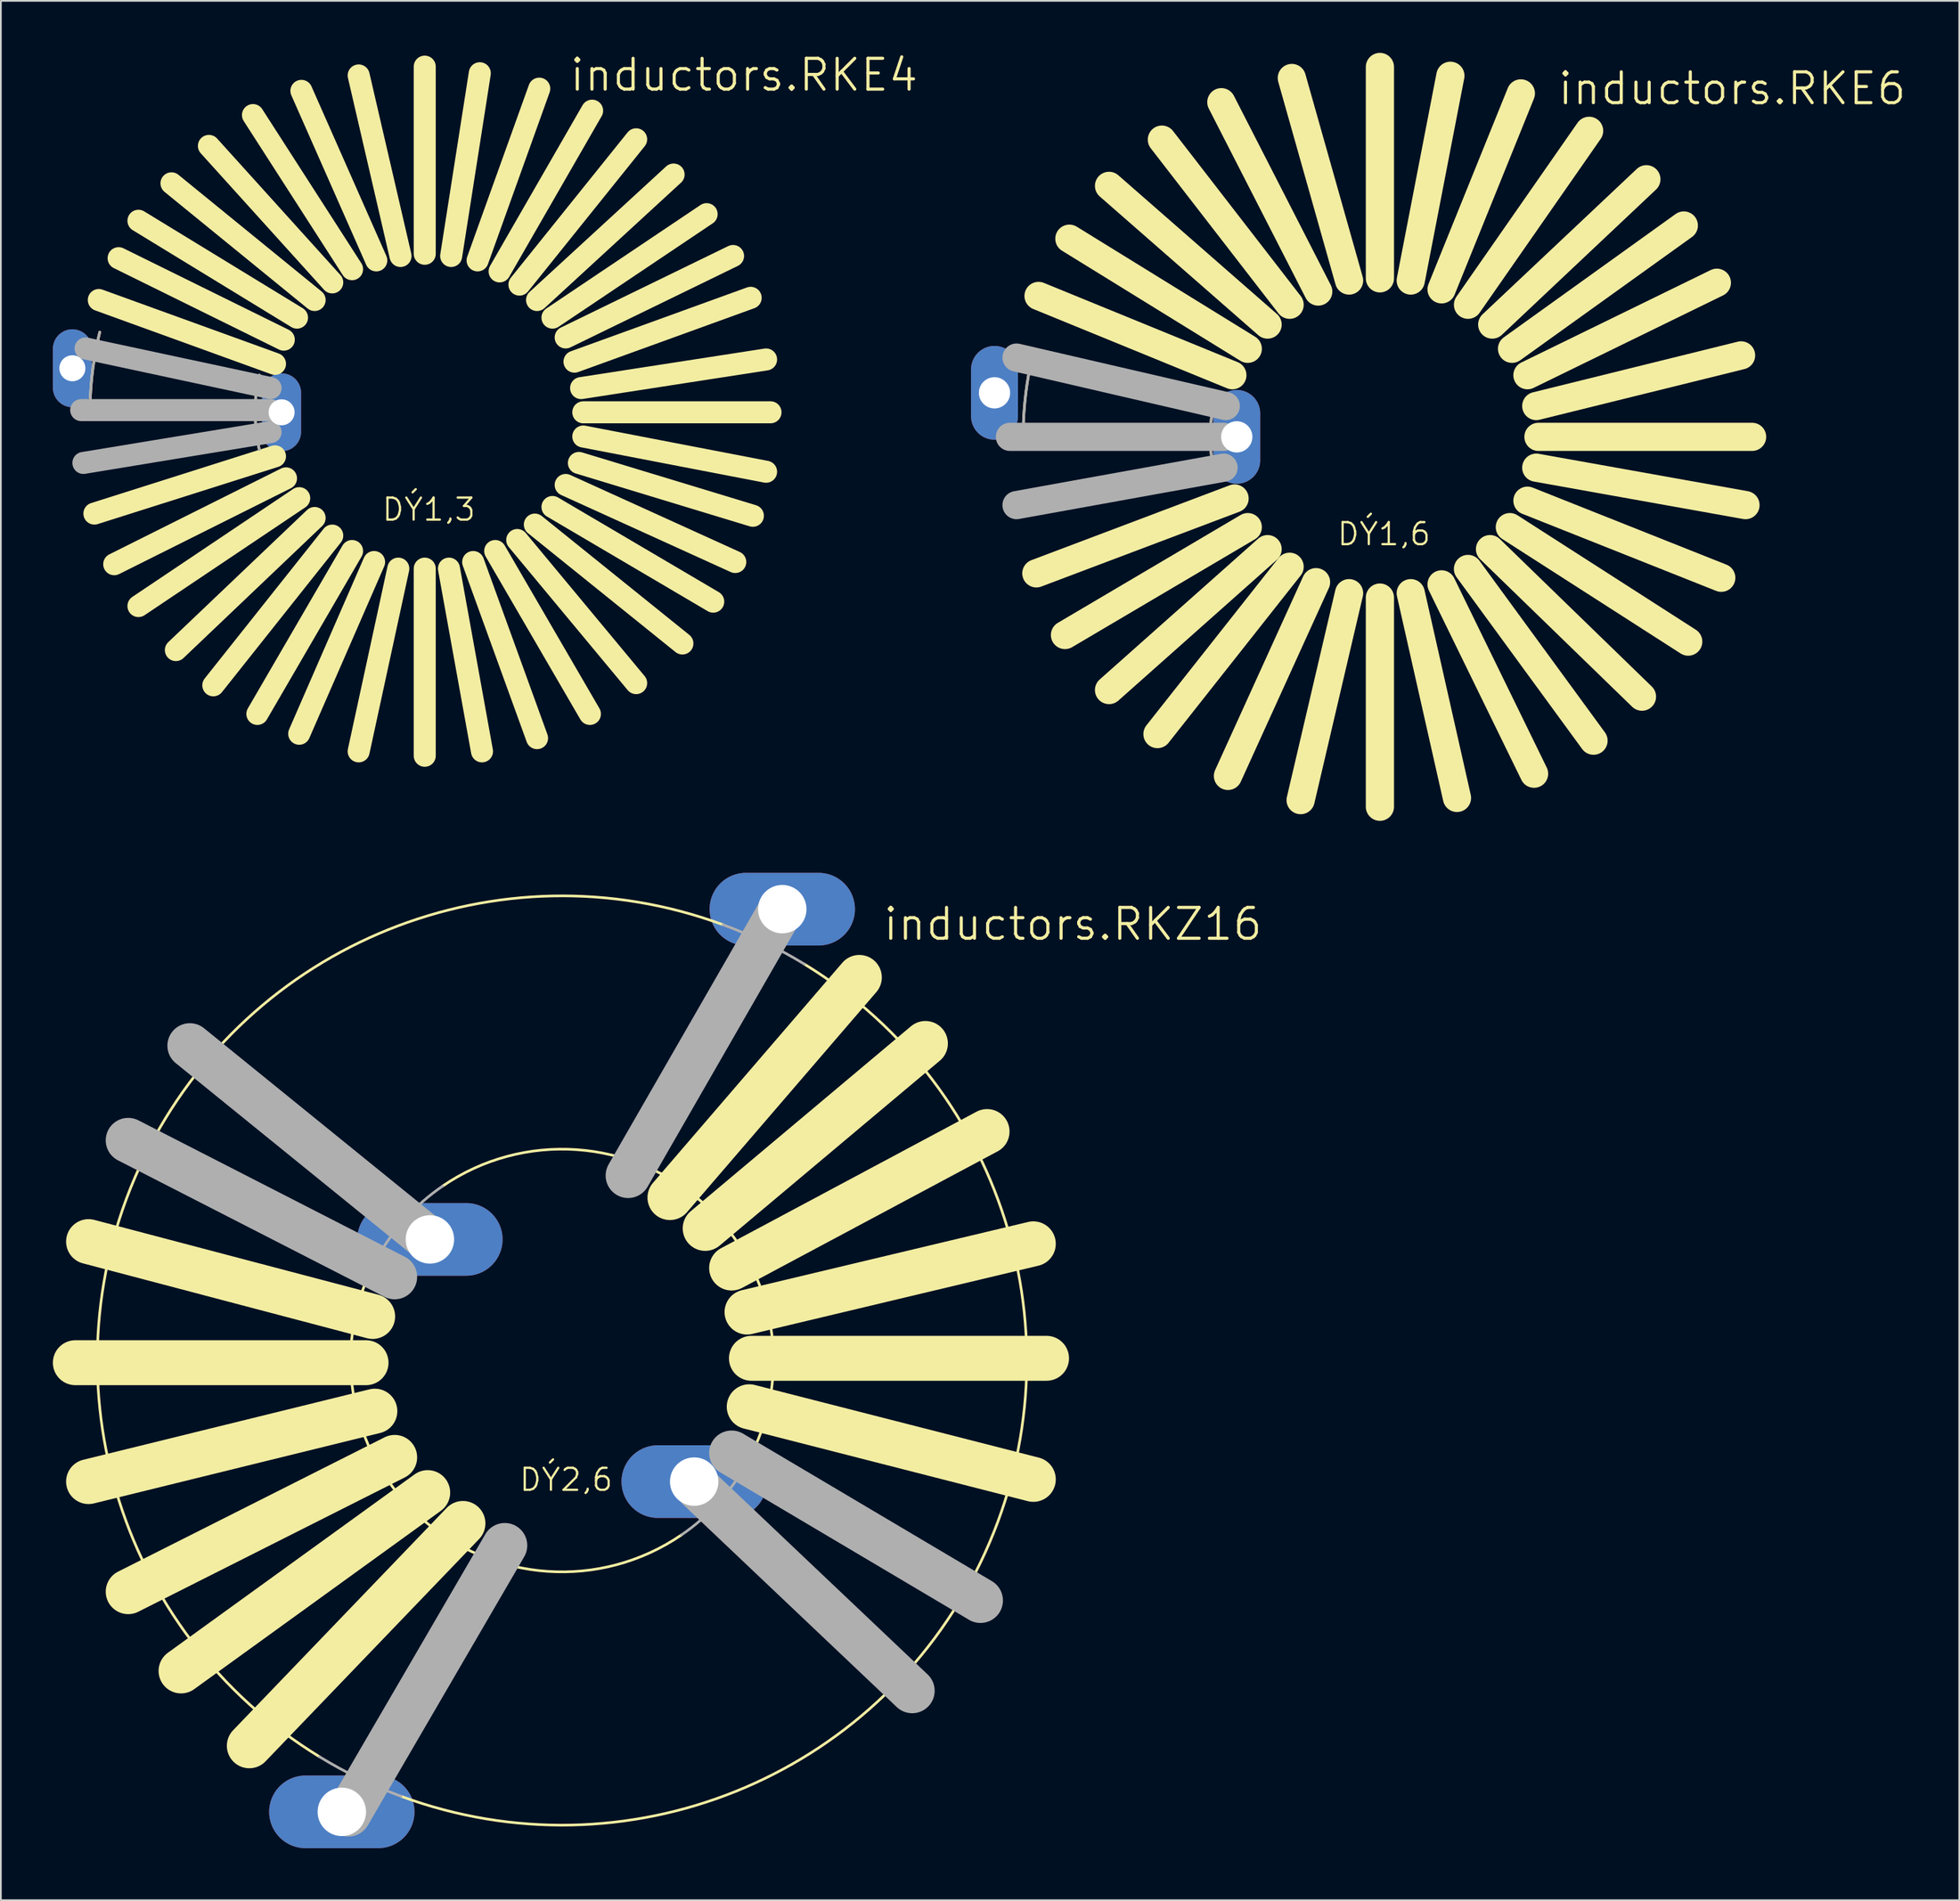
<source format=kicad_pcb>
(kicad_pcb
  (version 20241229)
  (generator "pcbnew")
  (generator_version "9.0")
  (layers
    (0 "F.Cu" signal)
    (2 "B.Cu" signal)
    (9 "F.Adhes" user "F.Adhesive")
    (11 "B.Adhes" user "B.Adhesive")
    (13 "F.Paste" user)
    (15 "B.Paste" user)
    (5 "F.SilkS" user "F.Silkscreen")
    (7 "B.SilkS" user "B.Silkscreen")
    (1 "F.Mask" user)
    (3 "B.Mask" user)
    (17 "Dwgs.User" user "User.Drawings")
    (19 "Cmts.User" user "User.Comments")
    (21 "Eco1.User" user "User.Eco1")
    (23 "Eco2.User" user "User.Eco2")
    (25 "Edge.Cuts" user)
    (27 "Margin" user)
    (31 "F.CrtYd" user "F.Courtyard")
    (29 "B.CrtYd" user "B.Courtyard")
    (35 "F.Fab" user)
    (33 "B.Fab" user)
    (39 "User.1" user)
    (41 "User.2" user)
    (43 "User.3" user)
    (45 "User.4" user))
  (footprint "inductors.RKE4"
    (layer "F.Cu")
    (at 21.444 20.733)
    (property "Reference" "inductors.RKE4" (at 8.255 -18.415 0) (layer "F.SilkS") (effects (font (size 1.778 1.778) (thickness 0.18)) (justify left bottom)))
    (attr through_hole)
    (fp_line (start -8.636 -2.794) (end -18.796 -6.477) (stroke (width 1.27) (type default)) (layer "F.SilkS"))
    (fp_line (start -8.636 2.54) (end -19.05 5.842) (stroke (width 1.27) (type default)) (layer "F.SilkS"))
    (fp_line (start -8.128 -4.191) (end -17.653 -8.89) (stroke (width 1.27) (type default)) (layer "F.SilkS"))
    (fp_line (start -8.001 3.81) (end -17.907 8.763) (stroke (width 1.27) (type default)) (layer "F.SilkS"))
    (fp_line (start -7.366 -5.461) (end -16.51 -11.049) (stroke (width 1.27) (type default)) (layer "F.SilkS"))
    (fp_line (start -7.239 4.953) (end -16.51 11.176) (stroke (width 1.27) (type default)) (layer "F.SilkS"))
    (fp_line (start -6.35 -6.477) (end -14.605 -13.208) (stroke (width 1.27) (type default)) (layer "F.SilkS"))
    (fp_line (start -6.35 6.096) (end -14.351 13.716) (stroke (width 1.27) (type default)) (layer "F.SilkS"))
    (fp_line (start -5.334 -7.493) (end -12.446 -15.367) (stroke (width 1.27) (type default)) (layer "F.SilkS"))
    (fp_line (start -5.334 7.112) (end -12.192 15.748) (stroke (width 1.27) (type default)) (layer "F.SilkS"))
    (fp_line (start -4.191 -8.255) (end -9.906 -17.145) (stroke (width 1.27) (type default)) (layer "F.SilkS"))
    (fp_line (start -4.191 8.001) (end -9.652 17.399) (stroke (width 1.27) (type default)) (layer "F.SilkS"))
    (fp_line (start -2.921 8.636) (end -7.239 18.542) (stroke (width 1.27) (type default)) (layer "F.SilkS"))
    (fp_line (start -2.794 -8.763) (end -7.112 -18.542) (stroke (width 1.27) (type default)) (layer "F.SilkS"))
    (fp_line (start -1.524 9.017) (end -3.81 19.558) (stroke (width 1.27) (type default)) (layer "F.SilkS"))
    (fp_line (start -1.397 -9.017) (end -3.81 -19.431) (stroke (width 1.27) (type default)) (layer "F.SilkS"))
    (fp_line (start 0 -9.144) (end 0 -19.939) (stroke (width 1.27) (type default)) (layer "F.SilkS"))
    (fp_line (start 0 9.017) (end 0 19.812) (stroke (width 1.27) (type default)) (layer "F.SilkS"))
    (fp_line (start 1.397 9.017) (end 3.302 19.558) (stroke (width 1.27) (type default)) (layer "F.SilkS"))
    (fp_line (start 1.524 -9.017) (end 3.175 -19.558) (stroke (width 1.27) (type default)) (layer "F.SilkS"))
    (fp_line (start 2.794 8.636) (end 6.477 18.796) (stroke (width 1.27) (type default)) (layer "F.SilkS"))
    (fp_line (start 3.048 -8.763) (end 6.604 -18.669) (stroke (width 1.27) (type default)) (layer "F.SilkS"))
    (fp_line (start 4.064 8.001) (end 9.525 17.399) (stroke (width 1.27) (type default)) (layer "F.SilkS"))
    (fp_line (start 4.318 -8.128) (end 9.652 -17.399) (stroke (width 1.27) (type default)) (layer "F.SilkS"))
    (fp_line (start 5.334 7.366) (end 12.192 15.621) (stroke (width 1.27) (type default)) (layer "F.SilkS"))
    (fp_line (start 5.461 -7.366) (end 12.192 -15.748) (stroke (width 1.27) (type default)) (layer "F.SilkS"))
    (fp_line (start 6.35 6.477) (end 14.859 13.335) (stroke (width 1.27) (type default)) (layer "F.SilkS"))
    (fp_line (start 6.477 -6.477) (end 14.351 -13.716) (stroke (width 1.27) (type default)) (layer "F.SilkS"))
    (fp_line (start 7.366 -5.461) (end 16.256 -11.43) (stroke (width 1.27) (type default)) (layer "F.SilkS"))
    (fp_line (start 7.366 5.461) (end 16.637 10.922) (stroke (width 1.27) (type default)) (layer "F.SilkS"))
    (fp_line (start 8.128 -4.318) (end 17.78 -9.017) (stroke (width 1.27) (type default)) (layer "F.SilkS"))
    (fp_line (start 8.128 4.191) (end 17.907 8.636) (stroke (width 1.27) (type default)) (layer "F.SilkS"))
    (fp_line (start 8.636 -2.921) (end 18.796 -6.604) (stroke (width 1.27) (type default)) (layer "F.SilkS"))
    (fp_line (start 8.89 2.921) (end 18.923 5.969) (stroke (width 1.27) (type default)) (layer "F.SilkS"))
    (fp_line (start 9.017 -1.397) (end 19.685 -3.048) (stroke (width 1.27) (type default)) (layer "F.SilkS"))
    (fp_line (start 9.144 0) (end 19.939 0) (stroke (width 1.27) (type default)) (layer "F.SilkS"))
    (fp_line (start 9.144 1.397) (end 19.685 3.429) (stroke (width 1.27) (type default)) (layer "F.SilkS"))
    (fp_arc (start -19.3002 -0.381) (mid -19.139022 -2.518271) (end -18.7419 -4.6245) (stroke (width 0.1524) (type default)) (layer "F.SilkS"))
    (fp_arc (start -9.5407 2.1458) (mid -9.779029 0) (end -9.5407 -2.1458) (stroke (width 0.1524) (type default)) (layer "F.SilkS"))
    (fp_line (start -8.89 -1.397) (end -19.558 -3.683) (stroke (width 1.27) (type default)) (layer "F.Fab"))
    (fp_line (start -8.89 -0.127) (end -19.812 -0.127) (stroke (width 1.27) (type default)) (layer "F.Fab"))
    (fp_line (start -8.89 1.143) (end -19.685 2.921) (stroke (width 1.27) (type default)) (layer "F.Fab"))
    (fp_arc (start -19.3003 -0.381) (mid -19.139072 -2.518274) (end -18.7419 -4.6245) (stroke (width 0.1524) (type default)) (layer "F.Fab"))
    (fp_arc (start -9.5407 2.1458) (mid -9.779029 0) (end -9.5407 -2.1458) (stroke (width 0.1524) (type default)) (layer "F.Fab"))
    (fp_text user "DÝ1,3" (at -2.54 6.35 0) (layer "F.SilkS") (effects (font (size 1.27 1.27) (thickness 0.13)) (justify left bottom)))
    (pad "1" thru_hole oval (at -20.32 -2.54 90) (size 4.496 2.248) (drill 1.499) (layers "*.Cu" "*.Mask"))
    (pad "2" thru_hole oval (at -8.255 0 90) (size 4.496 2.248) (drill 1.499) (layers "*.Cu" "*.Mask")))
  (footprint "inductors.RKZ16"
    (layer "F.Cu")
    (at 29.362 75.428)
    (property "Reference" "inductors.RKZ16" (at 18.415 -24.13 0) (layer "F.SilkS") (effects (font (size 1.778 1.778) (thickness 0.18)) (justify left bottom)))
    (attr through_hole)
    (fp_line (start -11.303 0.127) (end -28.067 0.127) (stroke (width 2.591) (type default)) (layer "F.SilkS"))
    (fp_line (start -10.922 -2.54) (end -27.305 -6.858) (stroke (width 2.591) (type default)) (layer "F.SilkS"))
    (fp_line (start -10.795 2.921) (end -27.305 6.985) (stroke (width 2.591) (type default)) (layer "F.SilkS"))
    (fp_line (start -9.652 5.588) (end -25.019 13.335) (stroke (width 2.591) (type default)) (layer "F.SilkS"))
    (fp_line (start -7.747 7.62) (end -21.971 17.907) (stroke (width 2.591) (type default)) (layer "F.SilkS"))
    (fp_line (start -5.715 9.398) (end -18.034 22.225) (stroke (width 2.591) (type default)) (layer "F.SilkS"))
    (fp_line (start 17.145 -22.098) (end 6.223 -9.398) (stroke (width 2.591) (type default)) (layer "F.SilkS"))
    (fp_line (start 20.955 -18.288) (end 8.255 -7.62) (stroke (width 2.591) (type default)) (layer "F.SilkS"))
    (fp_line (start 24.511 -13.208) (end 9.779 -5.334) (stroke (width 2.591) (type default)) (layer "F.SilkS"))
    (fp_line (start 27.178 -6.731) (end 10.668 -2.794) (stroke (width 2.591) (type default)) (layer "F.SilkS"))
    (fp_line (start 27.178 6.858) (end 10.795 2.667) (stroke (width 2.591) (type default)) (layer "F.SilkS"))
    (fp_line (start 27.94 -0.127) (end 10.922 -0.127) (stroke (width 2.591) (type default)) (layer "F.SilkS"))
    (fp_arc (start -13.9824 22.8598) (mid -24.113757 -11.687794) (end 9.2819 -25.1381) (stroke (width 0.1524) (type default)) (layer "F.SilkS"))
    (fp_arc (start -6.8922 -10.057) (mid 8.214406 -9.00938) (end 10.6491 5.9365) (stroke (width 0.1524) (type default)) (layer "F.SilkS"))
    (fp_arc (start 6.8922 10.057) (mid -8.214406 9.00938) (end -10.6491 -5.9365) (stroke (width 0.1524) (type default)) (layer "F.SilkS"))
    (fp_arc (start 13.9824 -22.8598) (mid 24.113757 11.687794) (end -9.2819 25.1381) (stroke (width 0.1524) (type default)) (layer "F.SilkS"))
    (fp_line (start -25.019 -12.7) (end -9.652 -4.826) (stroke (width 2.591) (type default)) (layer "F.Fab"))
    (fp_line (start -21.463 -18.161) (end -8.001 -7.239) (stroke (width 2.591) (type default)) (layer "F.Fab"))
    (fp_line (start -3.302 10.668) (end -12.319 26.162) (stroke (width 2.591) (type default)) (layer "F.Fab"))
    (fp_line (start 7.874 7.366) (end 20.193 19.05) (stroke (width 2.591) (type default)) (layer "F.Fab"))
    (fp_line (start 12.573 -25.908) (end 3.81 -10.668) (stroke (width 2.591) (type default)) (layer "F.Fab"))
    (fp_line (start 24.13 13.843) (end 9.779 5.334) (stroke (width 2.591) (type default)) (layer "F.Fab"))
    (fp_arc (start -10.6491 -5.9365) (mid -9.00938 -8.214414) (end -6.8922 -10.057) (stroke (width 0.1524) (type default)) (layer "F.Fab"))
    (fp_arc (start -9.2819 25.1381) (mid -11.687796 24.113757) (end -13.9824 22.8598) (stroke (width 0.1524) (type default)) (layer "F.Fab"))
    (fp_arc (start 9.2819 -25.1381) (mid 11.687796 -24.113757) (end 13.9824 -22.8598) (stroke (width 0.1524) (type default)) (layer "F.Fab"))
    (fp_arc (start 10.6491 5.9365) (mid 9.00938 8.214414) (end 6.8922 10.057) (stroke (width 0.1524) (type default)) (layer "F.Fab"))
    (fp_text user "DÝ2,6" (at -2.54 7.62 0) (layer "F.SilkS") (effects (font (size 1.27 1.27) (thickness 0.13)) (justify left bottom)))
    (pad "A1" thru_hole oval (at 12.7 -26.035) (size 8.382 4.191) (drill 2.794) (layers "*.Cu" "*.Mask"))
    (pad "A2" thru_hole oval (at -12.7 26.035) (size 8.382 4.191) (drill 2.794) (layers "*.Cu" "*.Mask"))
    (pad "E1" thru_hole oval (at 7.62 6.985) (size 8.382 4.191) (drill 2.794) (layers "*.Cu" "*.Mask"))
    (pad "E2" thru_hole oval (at -7.62 -6.985) (size 8.382 4.191) (drill 2.794) (layers "*.Cu" "*.Mask")))
  (footprint "inductors.RKE6"
    (layer "F.Cu")
    (at 76.527 22.149)
    (property "Reference" "inductors.RKE6" (at 10.16 -19.05 0) (layer "F.SilkS") (effects (font (size 1.778 1.778) (thickness 0.18)) (justify left bottom)))
    (attr through_hole)
    (fp_line (start -8.509 -3.556) (end -19.685 -8.128) (stroke (width 1.626) (type default)) (layer "F.SilkS"))
    (fp_line (start -8.382 3.556) (end -19.812 7.874) (stroke (width 1.626) (type default)) (layer "F.SilkS"))
    (fp_line (start -7.62 -5.08) (end -17.907 -11.43) (stroke (width 1.626) (type default)) (layer "F.SilkS"))
    (fp_line (start -7.62 5.207) (end -18.161 11.43) (stroke (width 1.626) (type default)) (layer "F.SilkS"))
    (fp_line (start -6.477 -6.477) (end -15.621 -14.478) (stroke (width 1.626) (type default)) (layer "F.SilkS"))
    (fp_line (start -6.477 6.477) (end -15.621 14.605) (stroke (width 1.626) (type default)) (layer "F.SilkS"))
    (fp_line (start -5.207 -7.62) (end -12.573 -17.145) (stroke (width 1.626) (type default)) (layer "F.SilkS"))
    (fp_line (start -5.207 7.493) (end -12.827 17.145) (stroke (width 1.626) (type default)) (layer "F.SilkS"))
    (fp_line (start -3.683 8.382) (end -8.763 19.558) (stroke (width 1.626) (type default)) (layer "F.SilkS"))
    (fp_line (start -3.556 -8.382) (end -9.144 -19.304) (stroke (width 1.626) (type default)) (layer "F.SilkS"))
    (fp_line (start -1.778 -9.017) (end -5.08 -20.701) (stroke (width 1.626) (type default)) (layer "F.SilkS"))
    (fp_line (start -1.778 9.017) (end -4.572 20.955) (stroke (width 1.626) (type default)) (layer "F.SilkS"))
    (fp_line (start 0 -9.144) (end 0 -21.336) (stroke (width 1.626) (type default)) (layer "F.SilkS"))
    (fp_line (start 0 9.271) (end 0 21.336) (stroke (width 1.626) (type default)) (layer "F.SilkS"))
    (fp_line (start 1.778 -9.017) (end 4.064 -20.828) (stroke (width 1.626) (type default)) (layer "F.SilkS"))
    (fp_line (start 1.778 9.017) (end 4.445 20.828) (stroke (width 1.626) (type default)) (layer "F.SilkS"))
    (fp_line (start 3.556 -8.509) (end 8.128 -19.812) (stroke (width 1.626) (type default)) (layer "F.SilkS"))
    (fp_line (start 3.556 8.509) (end 8.89 19.431) (stroke (width 1.626) (type default)) (layer "F.SilkS"))
    (fp_line (start 5.08 -7.62) (end 12.065 -17.653) (stroke (width 1.626) (type default)) (layer "F.SilkS"))
    (fp_line (start 5.08 7.62) (end 12.319 17.526) (stroke (width 1.626) (type default)) (layer "F.SilkS"))
    (fp_line (start 6.35 6.477) (end 15.113 14.986) (stroke (width 1.626) (type default)) (layer "F.SilkS"))
    (fp_line (start 6.477 -6.477) (end 15.367 -14.859) (stroke (width 1.626) (type default)) (layer "F.SilkS"))
    (fp_line (start 7.493 5.207) (end 17.78 11.811) (stroke (width 1.626) (type default)) (layer "F.SilkS"))
    (fp_line (start 7.62 -5.08) (end 17.526 -12.192) (stroke (width 1.626) (type default)) (layer "F.SilkS"))
    (fp_line (start 8.509 -3.556) (end 19.431 -8.89) (stroke (width 1.626) (type default)) (layer "F.SilkS"))
    (fp_line (start 8.509 3.683) (end 19.685 8.128) (stroke (width 1.626) (type default)) (layer "F.SilkS"))
    (fp_line (start 9.017 -1.778) (end 20.828 -4.699) (stroke (width 1.626) (type default)) (layer "F.SilkS"))
    (fp_line (start 9.017 1.778) (end 21.082 3.937) (stroke (width 1.626) (type default)) (layer "F.SilkS"))
    (fp_line (start 9.144 0) (end 21.463 0) (stroke (width 1.626) (type default)) (layer "F.SilkS"))
    (fp_arc (start -20.5705 -0.381) (mid -20.418996 -2.520854) (end -20.0455 -4.6333) (stroke (width 0.1524) (type default)) (layer "F.SilkS"))
    (fp_arc (start -9.5407 2.1458) (mid -9.779029 0) (end -9.5407 -2.1458) (stroke (width 0.1524) (type default)) (layer "F.SilkS"))
    (fp_line (start -9.017 0) (end -21.336 0) (stroke (width 1.626) (type default)) (layer "F.Fab"))
    (fp_line (start -9.017 1.778) (end -20.955 3.937) (stroke (width 1.626) (type default)) (layer "F.Fab"))
    (fp_line (start -8.89 -1.778) (end -20.955 -4.572) (stroke (width 1.626) (type default)) (layer "F.Fab"))
    (fp_arc (start -20.5705 -0.381) (mid -20.418996 -2.520854) (end -20.0455 -4.6333) (stroke (width 0.1524) (type default)) (layer "F.Fab"))
    (fp_arc (start -9.5407 2.1458) (mid -9.779029 0) (end -9.5407 -2.1458) (stroke (width 0.1524) (type default)) (layer "F.Fab"))
    (fp_text user "DÝ1,6" (at -2.54 6.35 0) (layer "F.SilkS") (effects (font (size 1.27 1.27) (thickness 0.13)) (justify left bottom)))
    (pad "1" thru_hole oval (at -22.225 -2.54 90) (size 5.41 2.705) (drill 1.803) (layers "*.Cu" "*.Mask"))
    (pad "2" thru_hole oval (at -8.255 0 90) (size 5.41 2.705) (drill 1.803) (layers "*.Cu" "*.Mask")))
  (gr_rect
    (start -3 -3)
    (end 109.937 106.559)
    (stroke (width 0.1) (type default))
    (fill no)
    (layer "Edge.Cuts")))
</source>
